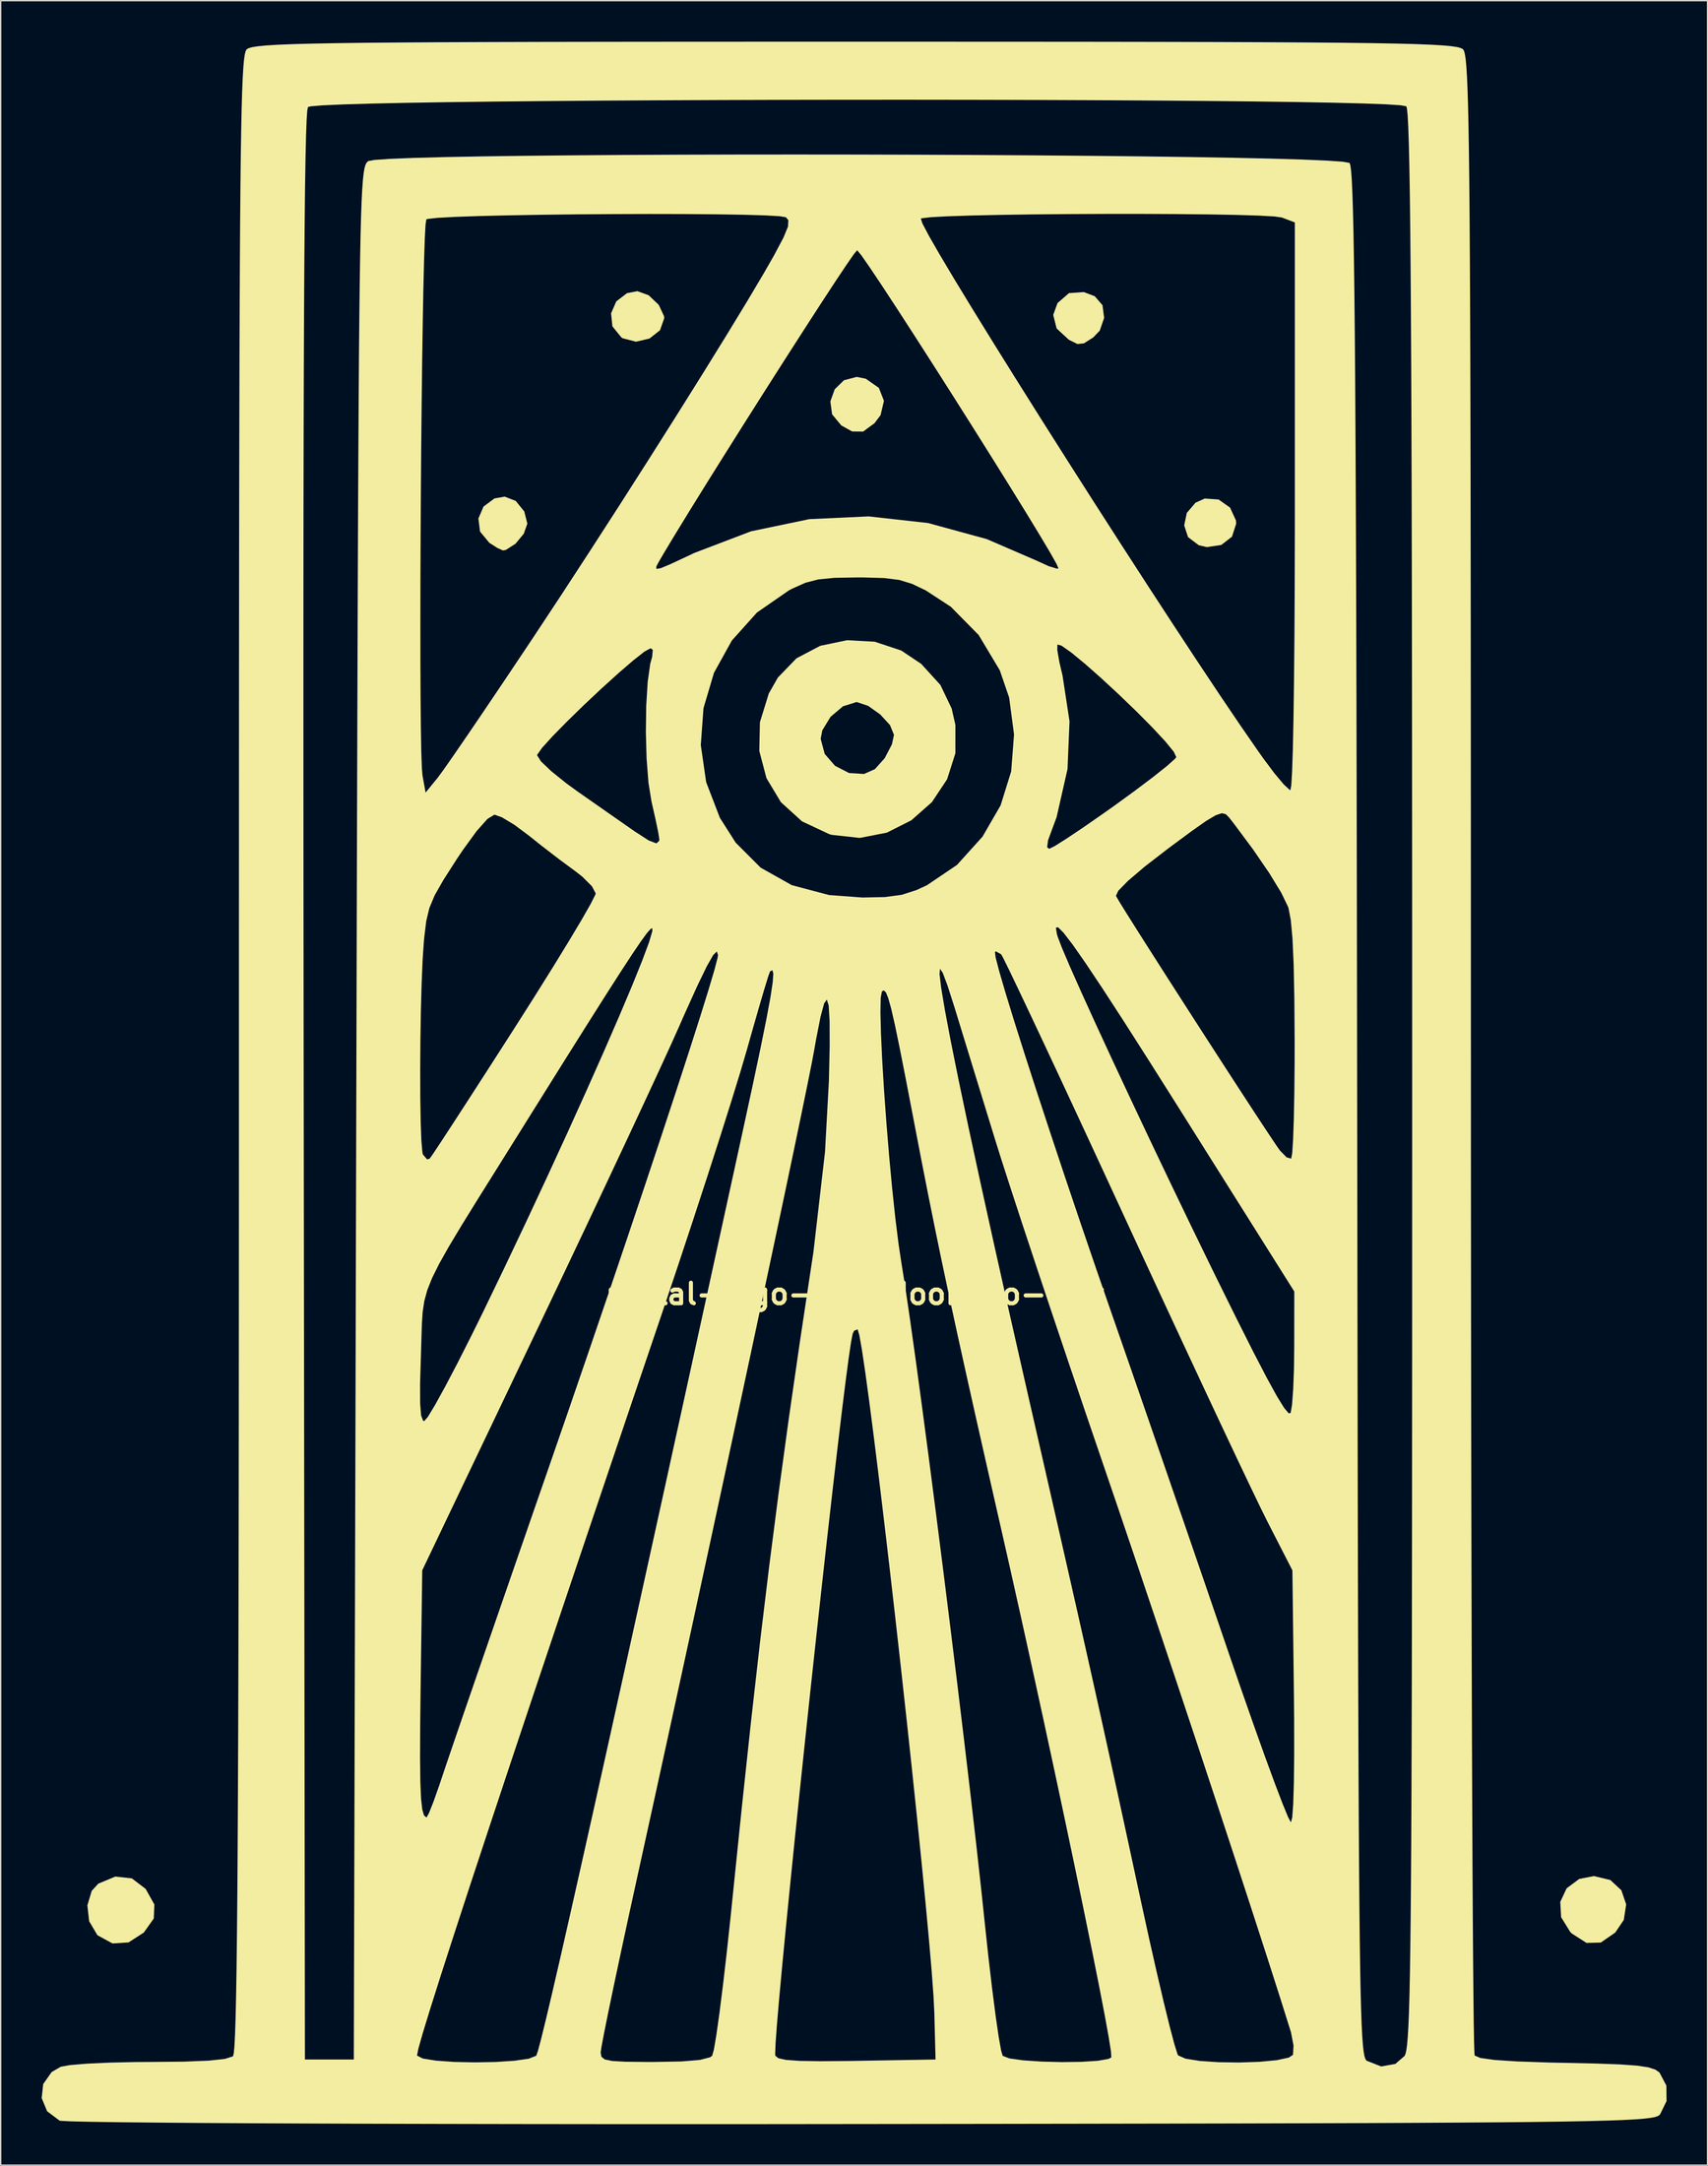
<source format=kicad_pcb>
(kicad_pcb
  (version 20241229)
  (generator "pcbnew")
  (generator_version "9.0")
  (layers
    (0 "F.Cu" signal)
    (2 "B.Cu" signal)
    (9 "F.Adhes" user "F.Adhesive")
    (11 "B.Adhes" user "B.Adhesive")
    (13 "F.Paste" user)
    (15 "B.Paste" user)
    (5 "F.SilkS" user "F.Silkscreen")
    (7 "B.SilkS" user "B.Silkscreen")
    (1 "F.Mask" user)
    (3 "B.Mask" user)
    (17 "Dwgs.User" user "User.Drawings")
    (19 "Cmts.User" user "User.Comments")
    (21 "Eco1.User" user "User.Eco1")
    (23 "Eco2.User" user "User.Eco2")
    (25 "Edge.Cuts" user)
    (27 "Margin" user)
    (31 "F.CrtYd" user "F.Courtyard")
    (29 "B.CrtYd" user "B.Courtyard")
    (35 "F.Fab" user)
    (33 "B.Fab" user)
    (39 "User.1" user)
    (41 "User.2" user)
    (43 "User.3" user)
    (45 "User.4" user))
  (footprint "portal-logo-eye-door-no-text"
    (layer "F.Cu")
    (at 59.511 91.583)
    (property "Reference" "portal-logo-eye-door-no-text" (at 0 0 0) (layer "F.SilkS") (effects (font (size 1.5 1.5) (thickness 0.3))))
    (attr board_only exclude_from_pos_files exclude_from_bom)
    (fp_poly (pts (xy 0.797 -66.936) (xy 1.755 -66.266) (xy 2.128 -65.318) (xy 1.88 -64.27) (xy 1.431 -63.679) (xy 0.603 -63.071) (xy -0.2 -63.078) (xy -0.994 -63.52) (xy -1.667 -64.331) (xy -1.795 -65.273) (xy -1.474 -66.165) (xy -0.799 -66.824) (xy 0.135 -67.069)) (stroke (width 0) (type solid)) (fill yes) (layer "F.SilkS"))
    (fp_poly (pts (xy 26.617 -58.103) (xy 27.456 -57.508) (xy 27.887 -56.571) (xy 27.904 -56.333) (xy 27.598 -55.386) (xy 26.814 -54.777) (xy 25.755 -54.622) (xy 25.163 -54.759) (xy 24.381 -55.352) (xy 24.1 -56.211) (xy 24.291 -57.121) (xy 24.928 -57.868) (xy 25.604 -58.172)) (stroke (width 0) (type solid)) (fill yes) (layer "F.SilkS"))
    (fp_poly (pts (xy -24.82 -57.999) (xy -24.195 -57.229) (xy -23.969 -56.34) (xy -24.23 -55.6) (xy -24.842 -54.863) (xy -25.544 -54.414) (xy -25.758 -54.377) (xy -26.167 -54.561) (xy -26.751 -54.934) (xy -27.432 -55.758) (xy -27.551 -56.712) (xy -27.176 -57.587) (xy -26.376 -58.179) (xy -25.628 -58.313)) (stroke (width 0) (type solid)) (fill yes) (layer "F.SilkS"))
    (fp_poly (pts (xy -15.094 -73.041) (xy -14.351 -72.336) (xy -13.963 -71.502) (xy -13.952 -71.359) (xy -14.261 -70.482) (xy -15.028 -69.875) (xy -16.017 -69.643) (xy -16.989 -69.893) (xy -17.093 -69.961) (xy -17.744 -70.766) (xy -17.843 -71.712) (xy -17.462 -72.591) (xy -16.675 -73.193) (xy -15.914 -73.338)) (stroke (width 0) (type solid)) (fill yes) (layer "F.SilkS"))
    (fp_poly (pts (xy 17.553 -72.968) (xy 18.121 -72.313) (xy 18.241 -71.384) (xy 17.921 -70.455) (xy 17.45 -69.96) (xy 16.76 -69.522) (xy 16.287 -69.473) (xy 15.671 -69.778) (xy 15.656 -69.787) (xy 14.764 -70.61) (xy 14.515 -71.6) (xy 14.829 -72.468) (xy 15.666 -73.195) (xy 16.753 -73.272)) (stroke (width 0) (type solid)) (fill yes) (layer "F.SilkS"))
    (fp_poly (pts (xy 55.286 42.861) (xy 56.093 43.611) (xy 56.444 44.642) (xy 56.27 45.777) (xy 55.646 46.702) (xy 54.585 47.435) (xy 53.542 47.46) (xy 52.469 46.774) (xy 52.354 46.662) (xy 51.685 45.584) (xy 51.621 44.46) (xy 52.087 43.467) (xy 53.009 42.781) (xy 54.088 42.572)) (stroke (width 0) (type solid)) (fill yes) (layer "F.SilkS"))
    (fp_poly (pts (xy -52.912 42.741) (xy -51.904 43.508) (xy -51.899 43.514) (xy -51.264 44.652) (xy -51.307 45.674) (xy -52.035 46.701) (xy -52.036 46.702) (xy -53.157 47.425) (xy -54.329 47.499) (xy -55.397 46.917) (xy -55.451 46.865) (xy -56.037 45.873) (xy -56.167 44.711) (xy -55.848 43.653) (xy -55.371 43.129) (xy -54.121 42.608)) (stroke (width 0) (type solid)) (fill yes) (layer "F.SilkS"))
    (fp_poly (pts (xy 1.453 -47.701) (xy 3.393 -47.057) (xy 4.853 -46.081) (xy 6.255 -44.544) (xy 7.083 -42.817) (xy 7.357 -41.611) (xy 7.356 -39.548) (xy 6.747 -37.638) (xy 5.637 -35.971) (xy 4.131 -34.641) (xy 2.336 -33.737) (xy 0.357 -33.352) (xy -1.7 -33.577) (xy -1.873 -33.627) (xy -3.871 -34.565) (xy -5.416 -35.969) (xy -6.47 -37.723) (xy -6.994 -39.71) (xy -6.975 -40.604) (xy -2.504 -40.604) (xy -2.208 -39.495) (xy -1.449 -38.623) (xy -0.425 -38.098) (xy 0.668 -38.029) (xy 1.462 -38.38) (xy 2.179 -39.179) (xy 2.71 -40.193) (xy 2.862 -40.89) (xy 2.572 -41.6) (xy 1.863 -42.376) (xy 0.976 -43.008) (xy 0.152 -43.286) (xy 0.114 -43.287) (xy -0.871 -42.978) (xy -1.781 -42.209) (xy -2.385 -41.218) (xy -2.504 -40.604) (xy -6.975 -40.604) (xy -6.95 -41.814) (xy -6.299 -43.916) (xy -5.635 -45.08) (xy -4.276 -46.486) (xy -2.537 -47.401) (xy -0.576 -47.811)) (stroke (width 0) (type solid)) (fill yes) (layer "F.SilkS"))
    (fp_poly (pts (xy 6.567 -91.582) (xy 12.455 -91.58) (xy 17.701 -91.576) (xy 22.344 -91.569) (xy 26.418 -91.559) (xy 29.962 -91.545) (xy 33.012 -91.528) (xy 35.606 -91.506) (xy 37.78 -91.479) (xy 39.571 -91.447) (xy 41.017 -91.409) (xy 42.154 -91.364) (xy 43.019 -91.313) (xy 43.65 -91.255) (xy 44.083 -91.189) (xy 44.355 -91.114) (xy 44.503 -91.031) (xy 44.514 -91.021) (xy 44.58 -90.907) (xy 44.64 -90.683) (xy 44.696 -90.321) (xy 44.747 -89.791) (xy 44.793 -89.066) (xy 44.834 -88.117) (xy 44.872 -86.914) (xy 44.905 -85.431) (xy 44.935 -83.637) (xy 44.961 -81.504) (xy 44.984 -79.004) (xy 45.004 -76.108) (xy 45.021 -72.787) (xy 45.035 -69.013) (xy 45.047 -64.758) (xy 45.057 -59.992) (xy 45.065 -54.687) (xy 45.071 -48.814) (xy 45.075 -42.345) (xy 45.078 -35.251) (xy 45.08 -27.504) (xy 45.081 -19.075) (xy 45.082 -17.593) (xy 45.083 -10.421) (xy 45.088 -3.438) (xy 45.094 3.322) (xy 45.103 9.826) (xy 45.115 16.04) (xy 45.128 21.929) (xy 45.143 27.461) (xy 45.159 32.6) (xy 45.178 37.314) (xy 45.198 41.569) (xy 45.219 45.33) (xy 45.241 48.565) (xy 45.265 51.238) (xy 45.289 53.317) (xy 45.315 54.767) (xy 45.341 55.555) (xy 45.356 55.695) (xy 45.772 55.874) (xy 46.791 56.018) (xy 48.444 56.127) (xy 50.766 56.207) (xy 51.957 56.232) (xy 54.301 56.283) (xy 56.033 56.348) (xy 57.255 56.437) (xy 58.071 56.56) (xy 58.583 56.728) (xy 58.882 56.939) (xy 59.385 57.892) (xy 59.399 59.025) (xy 58.926 59.998) (xy 58.881 60.044) (xy 58.766 60.122) (xy 58.559 60.192) (xy 58.23 60.257) (xy 57.745 60.315) (xy 57.072 60.367) (xy 56.178 60.414) (xy 55.032 60.455) (xy 53.6 60.492) (xy 51.85 60.525) (xy 49.75 60.554) (xy 47.267 60.579) (xy 44.368 60.601) (xy 41.022 60.62) (xy 37.195 60.637) (xy 32.856 60.651) (xy 27.971 60.664) (xy 22.508 60.675) (xy 16.436 60.685) (xy 9.721 60.695) (xy 2.33 60.704) (xy 0.434 60.706) (xy -6.291 60.713) (xy -12.762 60.714) (xy -18.944 60.713) (xy -24.804 60.707) (xy -30.307 60.697) (xy -35.418 60.685) (xy -40.104 60.668) (xy -44.329 60.649) (xy -48.06 60.627) (xy -51.262 60.601) (xy -53.9 60.573) (xy -55.941 60.543) (xy -57.351 60.51) (xy -58.094 60.474) (xy -58.2 60.458) (xy -59.112 59.773) (xy -59.511 58.81) (xy -59.399 57.782) (xy -58.781 56.904) (xy -58.117 56.518) (xy -57.447 56.396) (xy -56.21 56.292) (xy -54.555 56.215) (xy -52.631 56.172) (xy -51.564 56.166) (xy -49.088 56.143) (xy -47.286 56.07) (xy -46.118 55.946) (xy -45.541 55.767) (xy -45.505 55.737) (xy -45.453 55.529) (xy -45.404 55.001) (xy -45.36 54.128) (xy -45.319 52.888) (xy -45.282 51.258) (xy -45.249 49.215) (xy -45.219 46.736) (xy -45.192 43.798) (xy -45.169 40.378) (xy -45.148 36.454) (xy -45.13 32.002) (xy -45.115 26.999) (xy -45.103 21.423) (xy -45.093 15.25) (xy -45.086 8.458) (xy -45.081 1.024) (xy -45.077 -7.076) (xy -45.076 -15.865) (xy -45.076 -17.576) (xy -45.076 -26.123) (xy -45.074 -33.984) (xy -45.072 -41.186) (xy -45.07 -45.252) (xy -40.358 -45.252) (xy -40.357 -38.066) (xy -40.352 -30.216) (xy -40.344 -21.682) (xy -40.337 -15.167) (xy -40.246 55.987) (xy -38.458 55.987) (xy -36.669 55.987) (xy -36.668 55.692) (xy -32.043 55.692) (xy -32.04 55.701) (xy -31.619 55.916) (xy -30.658 56.07) (xy -29.333 56.164) (xy -27.817 56.196) (xy -26.284 56.168) (xy -24.909 56.078) (xy -23.864 55.928) (xy -23.325 55.716) (xy -23.318 55.707) (xy -23.236 55.477) (xy -18.603 55.477) (xy -18.551 55.78) (xy -18.313 55.979) (xy -17.766 56.095) (xy -16.784 56.15) (xy -15.245 56.166) (xy -14.711 56.166) (xy -12.697 56.13) (xy -11.342 56.018) (xy -10.594 55.824) (xy -10.444 55.713) (xy -10.408 55.585) (xy -5.834 55.585) (xy -5.822 55.711) (xy -5.599 55.893) (xy -5.034 56.017) (xy -4.038 56.088) (xy -2.523 56.112) (xy -0.401 56.094) (xy 0.131 56.085) (xy 5.903 55.987) (xy 5.815 52.589) (xy 5.753 51.338) (xy 5.62 49.537) (xy 5.424 47.254) (xy 5.173 44.56) (xy 4.876 41.526) (xy 4.54 38.221) (xy 4.172 34.716) (xy 3.781 31.081) (xy 3.375 27.386) (xy 2.961 23.701) (xy 2.548 20.097) (xy 2.142 16.643) (xy 1.753 13.41) (xy 1.388 10.469) (xy 1.055 7.888) (xy 0.762 5.74) (xy 0.517 4.093) (xy 0.327 3.018) (xy 0.201 2.586) (xy -0.053 2.687) (xy -0.157 2.9) (xy -0.274 3.479) (xy -0.453 4.687) (xy -0.687 6.456) (xy -0.968 8.718) (xy -1.288 11.402) (xy -1.641 14.441) (xy -2.019 17.765) (xy -2.414 21.306) (xy -2.819 24.994) (xy -3.228 28.76) (xy -3.631 32.536) (xy -4.023 36.253) (xy -4.395 39.842) (xy -4.74 43.234) (xy -5.051 46.359) (xy -5.32 49.15) (xy -5.541 51.537) (xy -5.705 53.451) (xy -5.805 54.824) (xy -5.834 55.585) (xy -10.408 55.585) (xy -10.317 55.256) (xy -10.134 54.177) (xy -9.907 52.566) (xy -9.649 50.513) (xy -9.37 48.109) (xy -9.083 45.443) (xy -8.954 44.176) (xy -8.258 37.394) (xy -7.591 31.181) (xy -6.933 25.389) (xy -6.266 19.875) (xy -5.572 14.492) (xy -4.833 9.093) (xy -4.03 3.535) (xy -3.146 -2.33) (xy -3.037 -3.041) (xy -2.185 -10.401) (xy -1.902 -15.562) (xy -1.844 -18.119) (xy -1.849 -19.964) (xy -1.888 -20.606) (xy 1.87 -20.606) (xy 1.909 -19.051) (xy 1.999 -17.114) (xy 2.134 -14.906) (xy 2.306 -12.538) (xy 2.505 -10.119) (xy 2.725 -7.759) (xy 2.958 -5.568) (xy 3.196 -3.657) (xy 3.397 -2.325) (xy 3.683 -0.528) (xy 4.039 1.89) (xy 4.453 4.839) (xy 4.913 8.229) (xy 5.408 11.97) (xy 5.926 15.971) (xy 6.457 20.143) (xy 6.989 24.396) (xy 7.511 28.639) (xy 8.01 32.783) (xy 8.477 36.738) (xy 8.899 40.413) (xy 9.264 43.718) (xy 9.502 45.97) (xy 9.773 48.49) (xy 10.042 50.784) (xy 10.295 52.755) (xy 10.519 54.302) (xy 10.701 55.326) (xy 10.818 55.719) (xy 11.308 55.907) (xy 12.313 56.048) (xy 13.647 56.138) (xy 15.126 56.176) (xy 16.562 56.158) (xy 17.771 56.082) (xy 18.566 55.945) (xy 18.767 55.832) (xy 18.743 55.411) (xy 18.576 54.358) (xy 18.282 52.739) (xy 17.873 50.619) (xy 17.364 48.065) (xy 16.768 45.141) (xy 16.099 41.915) (xy 15.37 38.452) (xy 14.596 34.819) (xy 13.79 31.08) (xy 12.966 27.302) (xy 12.138 23.551) (xy 11.319 19.893) (xy 10.864 17.887) (xy 9.825 13.316) (xy 8.927 9.342) (xy 8.15 5.869) (xy 7.472 2.797) (xy 6.872 0.028) (xy 6.328 -2.536) (xy 5.821 -4.994) (xy 5.329 -7.443) (xy 4.83 -9.983) (xy 4.305 -12.712) (xy 4.283 -12.827) (xy 3.728 -15.711) (xy 3.284 -17.962) (xy 2.935 -19.651) (xy 2.662 -20.848) (xy 2.447 -21.624) (xy 2.275 -22.05) (xy 2.126 -22.198) (xy 1.983 -22.136) (xy 1.98 -22.133) (xy 1.891 -21.67) (xy 1.87 -20.606) (xy -1.888 -20.606) (xy -1.918 -21.1) (xy -2.051 -21.529) (xy -2.249 -21.251) (xy -2.513 -20.269) (xy -2.845 -18.585) (xy -2.967 -17.887) (xy -3.148 -16.923) (xy -3.47 -15.318) (xy -3.919 -13.131) (xy -4.484 -10.422) (xy -5.151 -7.248) (xy -5.909 -3.668) (xy -6.744 0.259) (xy -7.644 4.474) (xy -8.597 8.919) (xy -9.59 13.535) (xy -10.61 18.264) (xy -11.645 23.046) (xy -12.683 27.824) (xy -13.71 32.538) (xy -14.714 37.13) (xy -15.683 41.542) (xy -15.935 42.688) (xy -16.563 45.552) (xy -17.137 48.215) (xy -17.642 50.589) (xy -18.058 52.59) (xy -18.368 54.132) (xy -18.555 55.129) (xy -18.603 55.477) (xy -23.236 55.477) (xy -23.199 55.372) (xy -22.969 54.514) (xy -22.626 53.122) (xy -22.167 51.183) (xy -21.589 48.683) (xy -20.89 45.612) (xy -20.066 41.956) (xy -19.114 37.702) (xy -18.033 32.84) (xy -16.819 27.355) (xy -15.469 21.235) (xy -13.981 14.469) (xy -12.352 7.044) (xy -10.579 -1.054) (xy -8.659 -9.835) (xy -8.198 -11.946) (xy -7.471 -15.304) (xy -6.897 -18.016) (xy -6.469 -20.133) (xy -6.177 -21.707) (xy -6.014 -22.789) (xy -5.971 -23.402) (xy 6.194 -23.402) (xy 6.315 -22.386) (xy 6.591 -20.743) (xy 7.018 -18.488) (xy 7.593 -15.635) (xy 8.315 -12.197) (xy 9.181 -8.188) (xy 10.187 -3.622) (xy 11.331 1.486) (xy 12.611 7.123) (xy 12.7 7.513) (xy 13.77 12.193) (xy 14.7 16.273) (xy 15.514 19.85) (xy 16.233 23.021) (xy 16.878 25.883) (xy 17.471 28.533) (xy 18.034 31.069) (xy 18.588 33.588) (xy 19.156 36.186) (xy 19.759 38.962) (xy 20.418 42.011) (xy 20.956 44.508) (xy 21.544 47.193) (xy 22.103 49.662) (xy 22.61 51.826) (xy 23.045 53.595) (xy 23.385 54.878) (xy 23.608 55.587) (xy 23.659 55.688) (xy 24.199 55.926) (xy 25.242 56.092) (xy 26.608 56.184) (xy 28.121 56.206) (xy 29.602 56.156) (xy 30.873 56.037) (xy 31.755 55.848) (xy 32.062 55.644) (xy 32.099 54.962) (xy 31.918 54.013) (xy 31.898 53.945) (xy 31.145 51.55) (xy 30.192 48.575) (xy 29.07 45.116) (xy 27.813 41.268) (xy 26.45 37.128) (xy 25.014 32.792) (xy 23.537 28.356) (xy 22.051 23.917) (xy 20.588 19.57) (xy 19.179 15.412) (xy 18.07 12.163) (xy 16.842 8.565) (xy 15.618 4.952) (xy 14.431 1.424) (xy 13.314 -1.919) (xy 12.301 -4.975) (xy 11.426 -7.645) (xy 10.721 -9.827) (xy 10.268 -11.269) (xy 9.558 -13.579) (xy 8.84 -15.915) (xy 8.173 -18.086) (xy 7.615 -19.905) (xy 7.301 -20.928) (xy 6.78 -22.556) (xy 6.423 -23.501) (xy 6.229 -23.779) (xy 6.194 -23.402) (xy -5.971 -23.402) (xy -5.969 -23.429) (xy -6.035 -23.68) (xy -6.203 -23.591) (xy -6.211 -23.581) (xy -6.347 -23.204) (xy -6.638 -22.255) (xy -7.049 -20.856) (xy -7.546 -19.125) (xy -7.895 -17.887) (xy -8.363 -16.293) (xy -9.028 -14.134) (xy -9.854 -11.522) (xy -10.806 -8.569) (xy -11.846 -5.387) (xy -12.939 -2.088) (xy -14.049 1.216) (xy -14.243 1.789) (xy -16.787 9.296) (xy -19.151 16.294) (xy -21.333 22.769) (xy -23.326 28.706) (xy -25.126 34.092) (xy -26.729 38.914) (xy -28.13 43.157) (xy -29.324 46.808) (xy -30.308 49.852) (xy -31.076 52.277) (xy -31.625 54.067) (xy -31.948 55.21) (xy -32.043 55.692) (xy -36.668 55.692) (xy -36.612 33.97) (xy -31.821 33.97) (xy -31.8 35.693) (xy -31.747 36.914) (xy -31.659 37.704) (xy -31.532 38.135) (xy -31.363 38.278) (xy -31.343 38.279) (xy -31.168 37.964) (xy -30.835 37.122) (xy -30.406 35.908) (xy -30.211 35.327) (xy -29.913 34.44) (xy -29.405 32.95) (xy -28.711 30.928) (xy -27.857 28.446) (xy -26.867 25.578) (xy -25.766 22.395) (xy -24.58 18.969) (xy -23.333 15.372) (xy -22.467 12.879) (xy -20.965 8.539) (xy -19.487 4.236) (xy -18.051 0.025) (xy -16.676 -4.038) (xy -15.379 -7.898) (xy -14.18 -11.5) (xy -13.096 -14.787) (xy -12.146 -17.705) (xy -11.348 -20.198) (xy -10.72 -22.211) (xy -10.281 -23.689) (xy -10.05 -24.575) (xy -10.017 -24.787) (xy -10.093 -25.018) (xy 10.25 -25.018) (xy 10.299 -24.618) (xy 10.561 -23.61) (xy 11.013 -22.06) (xy 11.634 -20.038) (xy 12.403 -17.61) (xy 13.296 -14.845) (xy 14.294 -11.81) (xy 15.372 -8.572) (xy 16.511 -5.199) (xy 17.687 -1.759) (xy 18.796 1.44) (xy 19.993 4.882) (xy 21.35 8.796) (xy 22.793 12.973) (xy 24.252 17.207) (xy 25.656 21.291) (xy 26.933 25.019) (xy 27.277 26.026) (xy 28.258 28.875) (xy 29.178 31.499) (xy 30.009 33.823) (xy 30.725 35.773) (xy 31.298 37.275) (xy 31.7 38.253) (xy 31.904 38.634) (xy 31.911 38.637) (xy 32.005 38.291) (xy 32.078 37.298) (xy 32.126 35.728) (xy 32.15 33.65) (xy 32.146 31.132) (xy 32.13 29.425) (xy 32.018 20.213) (xy 30.184 16.635) (xy 29.69 15.639) (xy 28.932 14.066) (xy 27.944 11.987) (xy 26.759 9.477) (xy 25.413 6.607) (xy 23.94 3.451) (xy 22.373 0.081) (xy 20.746 -3.43) (xy 19.687 -5.724) (xy 18.098 -9.163) (xy 16.592 -12.411) (xy 15.197 -15.408) (xy 13.941 -18.095) (xy 12.85 -20.414) (xy 11.953 -22.307) (xy 11.278 -23.715) (xy 10.85 -24.579) (xy 10.705 -24.84) (xy 10.327 -25.052) (xy 10.25 -25.018) (xy -10.093 -25.018) (xy -10.102 -25.047) (xy -10.37 -24.783) (xy -10.837 -23.962) (xy -11.522 -22.551) (xy -12.442 -20.519) (xy -12.86 -19.57) (xy -13.439 -18.278) (xy -14.289 -16.423) (xy -15.371 -14.089) (xy -16.646 -11.359) (xy -18.075 -8.317) (xy -19.618 -5.045) (xy -21.238 -1.627) (xy -22.895 1.855) (xy -23.34 2.787) (xy -31.661 20.213) (xy -31.779 28.734) (xy -31.812 31.674) (xy -31.821 33.97) (xy -36.612 33.97) (xy -36.541 6.572) (xy -31.819 6.572) (xy -31.815 8.012) (xy -31.743 8.886) (xy -31.599 9.269) (xy -31.52 9.301) (xy -31.253 8.993) (xy -30.727 8.125) (xy -29.988 6.786) (xy -29.082 5.061) (xy -28.058 3.039) (xy -27.221 1.342) (xy -25.63 -1.956) (xy -24.046 -5.294) (xy -22.499 -8.607) (xy -21.016 -11.833) (xy -19.626 -14.905) (xy -18.357 -17.761) (xy -17.237 -20.336) (xy -16.296 -22.565) (xy -15.561 -24.385) (xy -15.06 -25.732) (xy -14.822 -26.54) (xy -14.824 -26.749) (xy -14.948 -26.698) (xy -15.214 -26.396) (xy -15.651 -25.798) (xy -16.286 -24.863) (xy -17.147 -23.547) (xy -18.262 -21.807) (xy -19.659 -19.601) (xy -21.366 -16.887) (xy -23.41 -13.621) (xy -24.209 -12.342) (xy -26.056 -9.391) (xy -27.568 -6.976) (xy -28.779 -5.021) (xy -29.722 -3.45) (xy -30.433 -2.188) (xy -30.945 -1.156) (xy -31.292 -0.281) (xy -31.509 0.515) (xy -31.629 1.308) (xy -31.688 2.175) (xy -31.718 3.19) (xy -31.755 4.431) (xy -31.757 4.492) (xy -31.819 6.572) (xy -36.541 6.572) (xy -36.49 -13.176) (xy -36.482 -16.36) (xy -31.809 -16.36) (xy -31.803 -14.334) (xy -31.774 -12.571) (xy -31.724 -11.204) (xy -31.65 -10.363) (xy -31.613 -10.201) (xy -31.303 -9.841) (xy -31.112 -9.903) (xy -30.857 -10.267) (xy -30.266 -11.158) (xy -29.388 -12.501) (xy -28.274 -14.218) (xy -26.972 -16.235) (xy -25.531 -18.475) (xy -24.899 -19.461) (xy -23.422 -21.783) (xy -22.08 -23.929) (xy -20.92 -25.821) (xy -20.343 -26.786) (xy 14.71 -26.786) (xy 14.78 -26.337) (xy 14.845 -26.119) (xy 15.158 -25.3) (xy 15.748 -23.918) (xy 16.579 -22.05) (xy 17.614 -19.776) (xy 18.815 -17.175) (xy 20.148 -14.325) (xy 21.574 -11.304) (xy 23.058 -8.193) (xy 24.561 -5.07) (xy 26.049 -2.013) (xy 26.392 -1.313) (xy 27.915 1.768) (xy 29.158 4.237) (xy 30.143 6.13) (xy 30.888 7.484) (xy 31.415 8.337) (xy 31.744 8.725) (xy 31.889 8.704) (xy 31.993 8.096) (xy 32.077 6.945) (xy 32.134 5.425) (xy 32.152 3.935) (xy 32.157 -0.179) (xy 23.84 -13.392) (xy 21.592 -16.95) (xy 19.695 -19.92) (xy 18.132 -22.327) (xy 16.885 -24.195) (xy 15.937 -25.551) (xy 15.27 -26.417) (xy 14.867 -26.821) (xy 14.71 -26.786) (xy -20.343 -26.786) (xy -19.988 -27.38) (xy -19.333 -28.529) (xy -19 -29.188) (xy -18.968 -29.299) (xy -19.246 -29.82) (xy -19.948 -30.521) (xy -20.489 -30.942) (xy -21.614 -31.769) (xy -22.945 -32.794) (xy -23.875 -33.535) (xy -24.921 -34.313) (xy -25.829 -34.86) (xy -26.379 -35.054) (xy -26.889 -34.742) (xy -27.682 -33.851) (xy -28.711 -32.435) (xy -29.152 -31.775) (xy -30.113 -30.275) (xy -30.749 -29.16) (xy -31.14 -28.225) (xy -31.368 -27.268) (xy -31.513 -26.085) (xy -31.541 -25.788) (xy -31.633 -24.438) (xy -31.706 -22.687) (xy -31.761 -20.668) (xy -31.795 -18.515) (xy -31.809 -16.36) (xy -36.482 -16.36) (xy -36.469 -21.44) (xy -36.449 -29.019) (xy -36.429 -35.942) (xy -36.411 -42.239) (xy -36.393 -47.941) (xy -36.389 -48.963) (xy -31.797 -48.963) (xy -31.794 -46.095) (xy -31.782 -43.53) (xy -31.76 -41.349) (xy -31.73 -39.63) (xy -31.688 -38.45) (xy -31.643 -37.921) (xy -31.415 -36.669) (xy -30.539 -37.742) (xy -30.125 -38.303) (xy -29.373 -39.378) (xy -29.362 -39.394) (xy -23.253 -39.394) (xy -22.975 -38.954) (xy -22.224 -38.236) (xy -21.128 -37.354) (xy -20.302 -36.753) (xy -18.882 -35.762) (xy -17.537 -34.822) (xy -16.469 -34.078) (xy -16.099 -33.82) (xy -15.087 -33.166) (xy -14.523 -32.952) (xy -14.317 -33.147) (xy -14.31 -33.248) (xy -14.387 -33.744) (xy -14.591 -34.725) (xy -14.876 -35.982) (xy -14.885 -36.021) (xy -15.105 -37.389) (xy -15.242 -39.145) (xy -15.27 -40.142) (xy -11.276 -40.142) (xy -10.884 -37.435) (xy -9.88 -34.824) (xy -8.725 -33.008) (xy -6.894 -31.176) (xy -4.618 -29.899) (xy -1.891 -29.175) (xy 0.556 -28.993) (xy 2.205 -29.028) (xy 2.864 -29.116) (xy 19.105 -29.116) (xy 19.334 -28.718) (xy 19.895 -27.813) (xy 20.729 -26.49) (xy 21.778 -24.842) (xy 22.981 -22.96) (xy 24.282 -20.935) (xy 25.62 -18.859) (xy 26.937 -16.823) (xy 28.174 -14.918) (xy 29.272 -13.235) (xy 30.173 -11.867) (xy 30.817 -10.903) (xy 31.097 -10.501) (xy 31.599 -9.988) (xy 31.929 -9.896) (xy 32.004 -10.285) (xy 32.069 -11.288) (xy 32.122 -12.804) (xy 32.16 -14.734) (xy 32.18 -16.975) (xy 32.181 -18.534) (xy 32.16 -21.664) (xy 32.108 -24.137) (xy 32.023 -26.012) (xy 31.9 -27.345) (xy 31.738 -28.196) (xy 31.697 -28.322) (xy 31.196 -29.357) (xy 30.313 -30.799) (xy 29.134 -32.518) (xy 27.748 -34.381) (xy 27.391 -34.839) (xy 27.15 -35.085) (xy 26.855 -35.16) (xy 26.406 -35.012) (xy 25.701 -34.592) (xy 24.641 -33.846) (xy 23.125 -32.726) (xy 22.892 -32.552) (xy 21.218 -31.26) (xy 19.997 -30.223) (xy 19.278 -29.489) (xy 19.105 -29.116) (xy 2.864 -29.116) (xy 3.426 -29.191) (xy 4.499 -29.535) (xy 5.273 -29.892) (xy 7.475 -31.379) (xy 8.64 -32.67) (xy 14.07 -32.67) (xy 14.222 -32.555) (xy 14.621 -32.753) (xy 15.488 -33.299) (xy 16.714 -34.12) (xy 18.189 -35.143) (xy 18.976 -35.7) (xy 20.522 -36.824) (xy 21.851 -37.827) (xy 22.855 -38.627) (xy 23.429 -39.14) (xy 23.522 -39.262) (xy 23.334 -39.658) (xy 22.719 -40.41) (xy 21.779 -41.421) (xy 20.617 -42.591) (xy 19.338 -43.824) (xy 18.046 -45.02) (xy 16.843 -46.083) (xy 15.835 -46.912) (xy 15.123 -47.412) (xy 14.823 -47.497) (xy 14.814 -47.087) (xy 14.968 -46.197) (xy 15.196 -45.231) (xy 15.708 -41.876) (xy 15.561 -38.386) (xy 14.763 -34.875) (xy 14.137 -33.181) (xy 14.07 -32.67) (xy 8.64 -32.67) (xy 9.34 -33.444) (xy 10.664 -35.732) (xy 11.438 -38.216) (xy 11.647 -40.917) (xy 11.291 -43.613) (xy 10.604 -45.613) (xy 9.058 -48.193) (xy 7.023 -50.257) (xy 5.187 -51.454) (xy 4.197 -51.928) (xy 3.267 -52.214) (xy 2.158 -52.357) (xy 0.631 -52.402) (xy 0.179 -52.403) (xy -1.483 -52.375) (xy -2.67 -52.259) (xy -3.622 -52.012) (xy -4.576 -51.586) (xy -4.83 -51.454) (xy -7.167 -49.836) (xy -9.002 -47.791) (xy -10.313 -45.425) (xy -11.079 -42.84) (xy -11.276 -40.142) (xy -15.27 -40.142) (xy -15.296 -41.091) (xy -15.269 -43.03) (xy -15.162 -44.764) (xy -14.975 -46.096) (xy -14.835 -46.596) (xy -14.79 -47.109) (xy -14.952 -47.223) (xy -15.389 -46.985) (xy -16.209 -46.343) (xy -17.301 -45.403) (xy -18.551 -44.272) (xy -19.847 -43.054) (xy -21.076 -41.856) (xy -22.127 -40.785) (xy -22.886 -39.947) (xy -23.24 -39.447) (xy -23.253 -39.394) (xy -29.362 -39.394) (xy -28.339 -40.884) (xy -27.08 -42.737) (xy -25.652 -44.855) (xy -24.111 -47.155) (xy -23.47 -48.117) (xy -21.47 -51.144) (xy -20.13 -53.199) (xy -14.533 -53.199) (xy -14.528 -53.025) (xy -14.216 -53.076) (xy -13.494 -53.377) (xy -12.261 -53.952) (xy -11.753 -54.193) (xy -7.603 -55.775) (xy -3.33 -56.666) (xy 1.009 -56.867) (xy 5.355 -56.381) (xy 9.652 -55.207) (xy 13.288 -53.636) (xy 14.184 -53.227) (xy 14.784 -53.044) (xy 14.899 -53.059) (xy 14.758 -53.39) (xy 14.277 -54.242) (xy 13.507 -55.534) (xy 12.5 -57.186) (xy 11.305 -59.119) (xy 9.973 -61.253) (xy 8.555 -63.509) (xy 7.101 -65.805) (xy 5.662 -68.063) (xy 4.288 -70.202) (xy 3.031 -72.143) (xy 1.94 -73.806) (xy 1.066 -75.111) (xy 0.459 -75.978) (xy 0.171 -76.327) (xy 0.163 -76.33) (xy -0.072 -76.048) (xy -0.634 -75.237) (xy -1.473 -73.978) (xy -2.539 -72.35) (xy -3.78 -70.432) (xy -5.147 -68.303) (xy -6.589 -66.043) (xy -8.056 -63.731) (xy -9.496 -61.446) (xy -10.86 -59.269) (xy -12.096 -57.277) (xy -13.154 -55.551) (xy -13.985 -54.17) (xy -14.334 -53.573) (xy -14.533 -53.199) (xy -20.13 -53.199) (xy -19.371 -54.362) (xy -17.228 -57.681) (xy -15.099 -61.012) (xy -13.039 -64.266) (xy -11.105 -67.352) (xy -9.354 -70.182) (xy -7.842 -72.666) (xy -6.626 -74.715) (xy -5.91 -75.968) (xy -5.229 -77.25) (xy -4.895 -78.059) (xy -4.868 -78.526) (xy -4.962 -78.642) (xy 4.826 -78.642) (xy 4.946 -78.282) (xy 5.42 -77.383) (xy 6.212 -76.006) (xy 7.283 -74.209) (xy 8.597 -72.052) (xy 10.115 -69.594) (xy 11.799 -66.896) (xy 13.611 -64.016) (xy 15.515 -61.014) (xy 17.471 -57.95) (xy 19.443 -54.883) (xy 21.392 -51.872) (xy 23.281 -48.977) (xy 25.072 -46.258) (xy 26.727 -43.773) (xy 28.209 -41.583) (xy 29.479 -39.747) (xy 29.9 -39.152) (xy 30.711 -38.069) (xy 31.391 -37.26) (xy 31.819 -36.865) (xy 31.871 -36.848) (xy 31.937 -37.198) (xy 31.997 -38.216) (xy 32.051 -39.856) (xy 32.097 -42.07) (xy 32.136 -44.811) (xy 32.166 -48.033) (xy 32.186 -51.687) (xy 32.196 -55.728) (xy 32.197 -57.606) (xy 32.197 -78.364) (xy 31.246 -78.726) (xy 30.693 -78.803) (xy 29.542 -78.866) (xy 27.892 -78.916) (xy 25.84 -78.953) (xy 23.485 -78.977) (xy 20.926 -78.989) (xy 18.261 -78.988) (xy 15.588 -78.976) (xy 13.006 -78.952) (xy 10.612 -78.917) (xy 8.507 -78.871) (xy 6.787 -78.814) (xy 5.552 -78.748) (xy 4.899 -78.671) (xy 4.826 -78.642) (xy -4.962 -78.642) (xy -5.047 -78.745) (xy -5.514 -78.821) (xy -6.592 -78.882) (xy -8.183 -78.928) (xy -10.186 -78.96) (xy -12.505 -78.978) (xy -15.04 -78.983) (xy -17.692 -78.975) (xy -20.362 -78.956) (xy -22.953 -78.925) (xy -25.366 -78.883) (xy -27.501 -78.832) (xy -29.26 -78.771) (xy -30.545 -78.701) (xy -31.257 -78.622) (xy -31.363 -78.585) (xy -31.421 -78.182) (xy -31.476 -77.141) (xy -31.529 -75.542) (xy -31.579 -73.463) (xy -31.625 -70.982) (xy -31.667 -68.179) (xy -31.704 -65.13) (xy -31.736 -61.915) (xy -31.761 -58.613) (xy -31.78 -55.301) (xy -31.793 -52.058) (xy -31.797 -48.963) (xy -36.389 -48.963) (xy -36.374 -53.076) (xy -36.355 -57.676) (xy -36.335 -61.77) (xy -36.314 -65.387) (xy -36.292 -68.559) (xy -36.267 -71.314) (xy -36.239 -73.683) (xy -36.209 -75.695) (xy -36.176 -77.381) (xy -36.139 -78.771) (xy -36.099 -79.893) (xy -36.054 -80.78) (xy -36.004 -81.459) (xy -35.949 -81.962) (xy -35.889 -82.317) (xy -35.823 -82.556) (xy -35.751 -82.707) (xy -35.672 -82.802) (xy -35.61 -82.852) (xy -35.14 -82.938) (xy -34.016 -83.015) (xy -32.298 -83.084) (xy -30.045 -83.144) (xy -27.316 -83.195) (xy -24.17 -83.238) (xy -20.667 -83.273) (xy -16.866 -83.3) (xy -12.826 -83.319) (xy -8.606 -83.33) (xy -4.265 -83.333) (xy 0.137 -83.329) (xy 4.541 -83.317) (xy 8.888 -83.297) (xy 13.118 -83.271) (xy 17.173 -83.237) (xy 20.994 -83.196) (xy 24.52 -83.148) (xy 27.693 -83.093) (xy 30.454 -83.032) (xy 32.743 -82.964) (xy 34.501 -82.889) (xy 35.669 -82.809) (xy 36.188 -82.722) (xy 36.204 -82.711) (xy 36.261 -82.541) (xy 36.315 -82.134) (xy 36.364 -81.463) (xy 36.409 -80.502) (xy 36.45 -79.223) (xy 36.488 -77.6) (xy 36.522 -75.607) (xy 36.554 -73.217) (xy 36.583 -70.403) (xy 36.609 -67.14) (xy 36.632 -63.399) (xy 36.654 -59.155) (xy 36.673 -54.382) (xy 36.691 -49.051) (xy 36.707 -43.138) (xy 36.721 -36.615) (xy 36.735 -29.455) (xy 36.747 -21.633) (xy 36.759 -13.308) (xy 36.77 -5.034) (xy 36.781 2.554) (xy 36.792 9.486) (xy 36.803 15.792) (xy 36.816 21.501) (xy 36.829 26.643) (xy 36.844 31.248) (xy 36.86 35.345) (xy 36.878 38.965) (xy 36.899 42.136) (xy 36.922 44.889) (xy 36.948 47.253) (xy 36.977 49.259) (xy 37.009 50.935) (xy 37.045 52.311) (xy 37.085 53.418) (xy 37.13 54.284) (xy 37.179 54.94) (xy 37.233 55.416) (xy 37.292 55.74) (xy 37.357 55.943) (xy 37.428 56.054) (xy 37.453 56.077) (xy 38.513 56.495) (xy 39.555 56.31) (xy 40.226 55.729) (xy 40.293 55.583) (xy 40.353 55.323) (xy 40.409 54.919) (xy 40.46 54.344) (xy 40.506 53.567) (xy 40.548 52.559) (xy 40.585 51.292) (xy 40.618 49.736) (xy 40.647 47.863) (xy 40.673 45.643) (xy 40.695 43.047) (xy 40.715 40.046) (xy 40.731 36.611) (xy 40.744 32.712) (xy 40.756 28.322) (xy 40.764 23.41) (xy 40.771 17.948) (xy 40.776 11.906) (xy 40.78 5.256) (xy 40.782 -2.033) (xy 40.783 -9.987) (xy 40.783 -15.749) (xy 40.782 -24.528) (xy 40.779 -32.615) (xy 40.774 -40.033) (xy 40.767 -46.805) (xy 40.757 -52.955) (xy 40.745 -58.506) (xy 40.73 -63.481) (xy 40.712 -67.904) (xy 40.691 -71.797) (xy 40.668 -75.184) (xy 40.641 -78.089) (xy 40.61 -80.535) (xy 40.576 -82.544) (xy 40.538 -84.141) (xy 40.497 -85.348) (xy 40.452 -86.189) (xy 40.402 -86.687) (xy 40.354 -86.861) (xy 39.927 -86.936) (xy 38.842 -87.005) (xy 37.154 -87.067) (xy 34.918 -87.123) (xy 32.191 -87.172) (xy 29.028 -87.215) (xy 25.484 -87.251) (xy 21.616 -87.281) (xy 17.479 -87.305) (xy 13.129 -87.322) (xy 8.622 -87.333) (xy 4.013 -87.338) (xy -0.642 -87.337) (xy -5.288 -87.33) (xy -9.868 -87.316) (xy -14.327 -87.297) (xy -18.61 -87.272) (xy -22.66 -87.24) (xy -26.422 -87.203) (xy -29.84 -87.16) (xy -32.858 -87.111) (xy -35.421 -87.056) (xy -37.473 -86.995) (xy -38.959 -86.929) (xy -39.822 -86.857) (xy -40.025 -86.805) (xy -40.076 -86.538) (xy -40.122 -85.852) (xy -40.164 -84.728) (xy -40.201 -83.147) (xy -40.235 -81.09) (xy -40.264 -78.539) (xy -40.289 -75.475) (xy -40.31 -71.879) (xy -40.327 -67.731) (xy -40.34 -63.013) (xy -40.35 -57.707) (xy -40.356 -51.793) (xy -40.358 -45.252) (xy -45.07 -45.252) (xy -45.068 -47.759) (xy -45.063 -53.73) (xy -45.056 -59.129) (xy -45.047 -63.985) (xy -45.036 -68.325) (xy -45.022 -72.178) (xy -45.006 -75.574) (xy -44.987 -78.54) (xy -44.965 -81.105) (xy -44.939 -83.298) (xy -44.91 -85.147) (xy -44.878 -86.682) (xy -44.841 -87.93) (xy -44.8 -88.921) (xy -44.755 -89.682) (xy -44.705 -90.243) (xy -44.65 -90.631) (xy -44.591 -90.877) (xy -44.526 -91.008) (xy -44.514 -91.021) (xy -44.378 -91.105) (xy -44.123 -91.18) (xy -43.711 -91.247) (xy -43.106 -91.307) (xy -42.271 -91.359) (xy -41.168 -91.404) (xy -39.762 -91.442) (xy -38.014 -91.475) (xy -35.887 -91.503) (xy -33.346 -91.525) (xy -30.352 -91.543) (xy -26.869 -91.557) (xy -22.86 -91.568) (xy -18.288 -91.575) (xy -13.115 -91.58) (xy -7.306 -91.582) (xy -0.822 -91.583) (xy 0 -91.583)) (stroke (width 0) (type solid)) (fill yes) (layer "F.SilkS")))
  (gr_rect
    (start -3 -3)
    (end 121.91 155.298)
    (stroke (width 0.1) (type default))
    (fill no)
    (layer "Edge.Cuts")))
</source>
